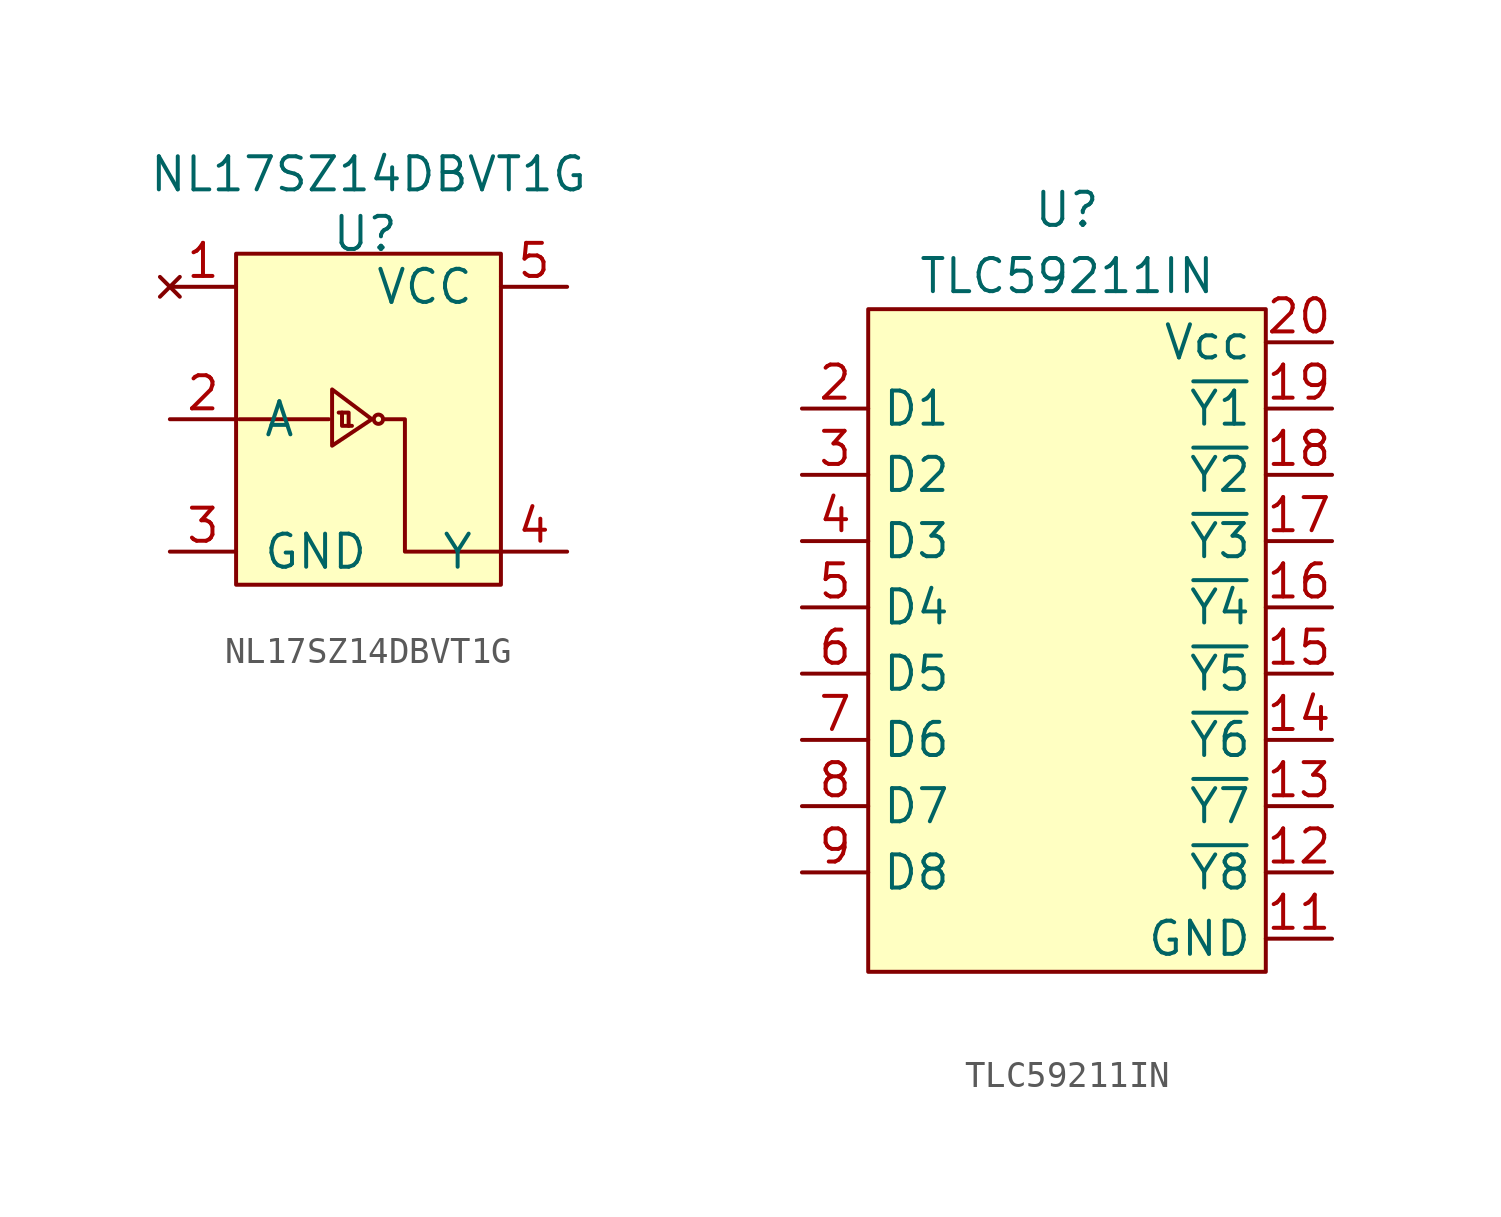
<source format=kicad_sym>
(kicad_symbol_lib
  (version 20211014)
  (generator kicad_symbol_editor)
  (symbol "NL17SZ14DBVT1G"
    (pin_names
      (offset 1.016))
    (property "Reference" "U"
      (at -0.127 7.112 0)
      (effects (font (size 1.27 1.27))))
    (property "Value" "NL17SZ14DBVT1G"
      (at 0 9.398 0)
      (effects (font (size 1.27 1.27))))
    (symbol "NL17SZ14DBVT1G_0_1"
      (rectangle (start -5.08 6.35) (end 5.08 -6.35) (stroke (width 0) (type default) (color 0 0 0 0)) (fill (type background)))
      (polyline (pts (xy -4.953 0) (xy -1.524 0)) (stroke (width 0) (type default) (color 0 0 0 0)) (fill (type none)))
      (polyline (pts (xy -1.143 0.254) (xy -0.762 0.254) (xy -0.762 -0.254)) (stroke (width 0) (type default) (color 0 0 0 0)) (fill (type none)))
      (polyline (pts (xy -0.635 -0.254) (xy -1.016 -0.254) (xy -1.016 0.254)) (stroke (width 0) (type default) (color 0 0 0 0)) (fill (type none)))
      (polyline (pts (xy -1.397 1.143) (xy 0.127 0) (xy -1.397 -1.016) (xy -1.397 1.143)) (stroke (width 0) (type default) (color 0 0 0 0)) (fill (type none)))
      (polyline (pts (xy 0.635 0) (xy 1.397 0) (xy 1.397 -5.08) (xy 5.08 -5.08)) (stroke (width 0) (type default) (color 0 0 0 0)) (fill (type none)))
      (circle (center 0.381 0) (radius 0.178) (stroke (width 0) (type default) (color 0 0 0 0)) (fill (type none))))
    (symbol "NL17SZ14DBVT1G_1_1"
      (pin no_connect line (at -7.62 5.08 0) (length 2.54) (name "~" (effects (font (size 1.27 1.27)))) (number "1" (effects (font (size 1.27 1.27)))))
      (pin passive line (at -7.62 0 0) (length 2.54) (name "A" (effects (font (size 1.27 1.27)))) (number "2" (effects (font (size 1.27 1.27)))))
      (pin power_in line (at -7.62 -5.08 0) (length 2.54) (name "GND" (effects (font (size 1.27 1.27)))) (number "3" (effects (font (size 1.27 1.27)))))
      (pin passive line (at 7.62 -5.08 180) (length 2.54) (name "Y" (effects (font (size 1.27 1.27)))) (number "4" (effects (font (size 1.27 1.27)))))
      (pin power_in line (at 7.62 5.08 180) (length 2.54) (name "VCC" (effects (font (size 1.27 1.27)))) (number "5" (effects (font (size 1.27 1.27)))))))
  (symbol "TLC59211IN"
    (property "Reference" "U"
      (at 0 16.51 0)
      (effects (font (size 1.27 1.27))))
    (property "Value" "TLC59211IN"
      (at 0 13.97 0)
      (effects (font (size 1.27 1.27))))
    (symbol "TLC59211IN_0_1"
      (rectangle (start 7.62 12.7) (end -7.62 -12.7) (stroke (width 0.152) (type default) (color 0 0 0 0)) (fill (type background))))
    (symbol "TLC59211IN_1_1"
      (pin power_in line (at 10.16 -11.43 180) (length 2.54) (name "GND" (effects (font (size 1.27 1.27)))) (number "11" (effects (font (size 1.27 1.27)))))
      (pin passive line (at 10.16 -8.89 180) (length 2.54) (name "~{Y8}" (effects (font (size 1.27 1.27)))) (number "12" (effects (font (size 1.27 1.27)))))
      (pin passive line (at 10.16 -6.35 180) (length 2.54) (name "~{Y7}" (effects (font (size 1.27 1.27)))) (number "13" (effects (font (size 1.27 1.27)))))
      (pin passive line (at 10.16 -3.81 180) (length 2.54) (name "~{Y6}" (effects (font (size 1.27 1.27)))) (number "14" (effects (font (size 1.27 1.27)))))
      (pin passive line (at 10.16 -1.27 180) (length 2.54) (name "~{Y5}" (effects (font (size 1.27 1.27)))) (number "15" (effects (font (size 1.27 1.27)))))
      (pin passive line (at 10.16 1.27 180) (length 2.54) (name "~{Y4}" (effects (font (size 1.27 1.27)))) (number "16" (effects (font (size 1.27 1.27)))))
      (pin passive line (at 10.16 3.81 180) (length 2.54) (name "~{Y3}" (effects (font (size 1.27 1.27)))) (number "17" (effects (font (size 1.27 1.27)))))
      (pin passive line (at 10.16 6.35 180) (length 2.54) (name "~{Y2}" (effects (font (size 1.27 1.27)))) (number "18" (effects (font (size 1.27 1.27)))))
      (pin passive line (at 10.16 8.89 180) (length 2.54) (name "~{Y1}" (effects (font (size 1.27 1.27)))) (number "19" (effects (font (size 1.27 1.27)))))
      (pin passive line (at -10.16 8.89 0) (length 2.54) (name "D1" (effects (font (size 1.27 1.27)))) (number "2" (effects (font (size 1.27 1.27)))))
      (pin power_in line (at 10.16 11.43 180) (length 2.54) (name "Vcc" (effects (font (size 1.27 1.27)))) (number "20" (effects (font (size 1.27 1.27)))))
      (pin passive line (at -10.16 6.35 0) (length 2.54) (name "D2" (effects (font (size 1.27 1.27)))) (number "3" (effects (font (size 1.27 1.27)))))
      (pin passive line (at -10.16 3.81 0) (length 2.54) (name "D3" (effects (font (size 1.27 1.27)))) (number "4" (effects (font (size 1.27 1.27)))))
      (pin passive line (at -10.16 1.27 0) (length 2.54) (name "D4" (effects (font (size 1.27 1.27)))) (number "5" (effects (font (size 1.27 1.27)))))
      (pin passive line (at -10.16 -1.27 0) (length 2.54) (name "D5" (effects (font (size 1.27 1.27)))) (number "6" (effects (font (size 1.27 1.27)))))
      (pin passive line (at -10.16 -3.81 0) (length 2.54) (name "D6" (effects (font (size 1.27 1.27)))) (number "7" (effects (font (size 1.27 1.27)))))
      (pin passive line (at -10.16 -6.35 0) (length 2.54) (name "D7" (effects (font (size 1.27 1.27)))) (number "8" (effects (font (size 1.27 1.27)))))
      (pin passive line (at -10.16 -8.89 0) (length 2.54) (name "D8" (effects (font (size 1.27 1.27)))) (number "9" (effects (font (size 1.27 1.27))))))))
</source>
